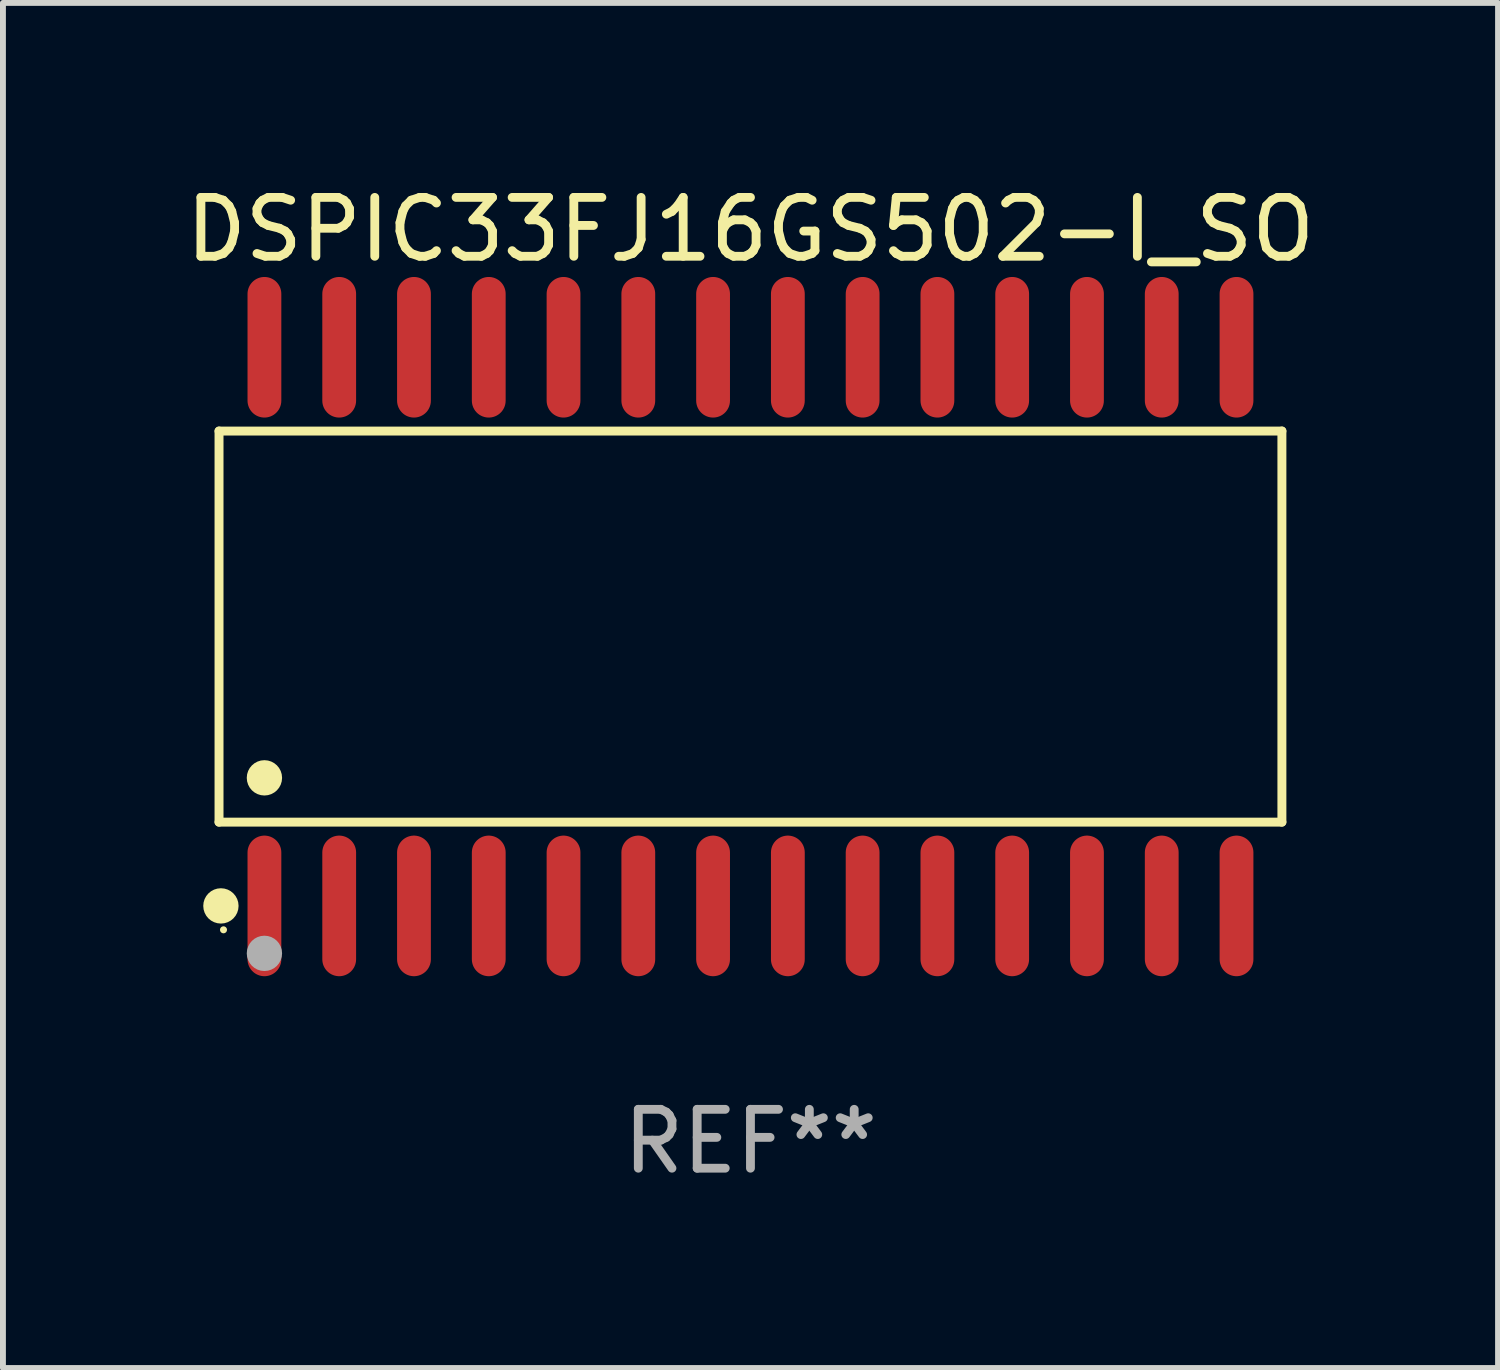
<source format=kicad_pcb>
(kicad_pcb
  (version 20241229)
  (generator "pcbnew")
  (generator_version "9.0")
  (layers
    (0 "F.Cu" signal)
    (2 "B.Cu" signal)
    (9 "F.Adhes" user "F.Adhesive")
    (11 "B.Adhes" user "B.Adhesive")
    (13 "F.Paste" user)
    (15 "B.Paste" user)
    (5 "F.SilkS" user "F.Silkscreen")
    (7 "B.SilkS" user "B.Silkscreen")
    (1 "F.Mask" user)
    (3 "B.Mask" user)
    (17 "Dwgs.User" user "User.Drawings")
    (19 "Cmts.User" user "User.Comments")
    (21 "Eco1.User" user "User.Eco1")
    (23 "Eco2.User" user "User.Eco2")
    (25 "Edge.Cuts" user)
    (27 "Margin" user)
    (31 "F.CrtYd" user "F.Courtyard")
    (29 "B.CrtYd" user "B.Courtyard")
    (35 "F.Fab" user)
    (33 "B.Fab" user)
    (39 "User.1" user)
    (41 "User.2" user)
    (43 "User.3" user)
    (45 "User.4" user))
  (footprint "DSPIC33FJ16GS502-I_SO"
    (layer "F.Cu")
    (at 9.696 7.592)
    (property "Reference" "DSPIC33FJ16GS502-I_SO" (at 0 -6.744 0) (layer "F.SilkS") (effects (font (size 1 1) (thickness 0.15))))
    (attr through_hole)
    (fp_line (start -9.026 -3.321) (end 9.026 -3.321) (stroke (width 0.152) (type solid)) (layer "F.SilkS"))
    (fp_line (start -9.026 3.321) (end -9.026 -3.321) (stroke (width 0.152) (type solid)) (layer "F.SilkS"))
    (fp_line (start 9.026 -3.321) (end 9.026 3.321) (stroke (width 0.152) (type solid)) (layer "F.SilkS"))
    (fp_line (start 9.026 3.321) (end -9.026 3.321) (stroke (width 0.152) (type solid)) (layer "F.SilkS"))
    (fp_circle (center -8.994 4.744) (end -8.844 4.744) (stroke (width 0.3) (type solid)) (fill no) (layer "F.SilkS"))
    (fp_circle (center -8.95 5.15) (end -8.92 5.15) (stroke (width 0.06) (type solid)) (fill no) (layer "F.SilkS"))
    (fp_circle (center -8.255 2.569) (end -8.105 2.569) (stroke (width 0.3) (type solid)) (fill no) (layer "F.SilkS"))
    (fp_circle (center -8.255 5.55) (end -8.105 5.55) (stroke (width 0.3) (type solid)) (fill no) (layer "F.Fab"))
    (fp_text user "REF**" (at 0 8.744 0) (layer "F.Fab") (effects (font (size 1 1) (thickness 0.15))))
    (pad "1" smd oval (at -8.255 4.744) (size 0.574 2.388) (layers "F.Cu" "F.Mask" "F.Paste"))
    (pad "2" smd oval (at -6.985 4.744) (size 0.574 2.388) (layers "F.Cu" "F.Mask" "F.Paste"))
    (pad "3" smd oval (at -5.715 4.744) (size 0.574 2.388) (layers "F.Cu" "F.Mask" "F.Paste"))
    (pad "4" smd oval (at -4.445 4.744) (size 0.574 2.388) (layers "F.Cu" "F.Mask" "F.Paste"))
    (pad "5" smd oval (at -3.175 4.744) (size 0.574 2.388) (layers "F.Cu" "F.Mask" "F.Paste"))
    (pad "6" smd oval (at -1.905 4.744) (size 0.574 2.388) (layers "F.Cu" "F.Mask" "F.Paste"))
    (pad "7" smd oval (at -0.635 4.744) (size 0.574 2.388) (layers "F.Cu" "F.Mask" "F.Paste"))
    (pad "8" smd oval (at 0.635 4.744) (size 0.574 2.388) (layers "F.Cu" "F.Mask" "F.Paste"))
    (pad "9" smd oval (at 1.905 4.744) (size 0.574 2.388) (layers "F.Cu" "F.Mask" "F.Paste"))
    (pad "10" smd oval (at 3.175 4.744) (size 0.574 2.388) (layers "F.Cu" "F.Mask" "F.Paste"))
    (pad "11" smd oval (at 4.445 4.744) (size 0.574 2.388) (layers "F.Cu" "F.Mask" "F.Paste"))
    (pad "12" smd oval (at 5.715 4.744) (size 0.574 2.388) (layers "F.Cu" "F.Mask" "F.Paste"))
    (pad "13" smd oval (at 6.985 4.744) (size 0.574 2.388) (layers "F.Cu" "F.Mask" "F.Paste"))
    (pad "14" smd oval (at 8.255 4.744) (size 0.574 2.388) (layers "F.Cu" "F.Mask" "F.Paste"))
    (pad "15" smd oval (at 8.255 -4.744) (size 0.574 2.388) (layers "F.Cu" "F.Mask" "F.Paste"))
    (pad "16" smd oval (at 6.985 -4.744) (size 0.574 2.388) (layers "F.Cu" "F.Mask" "F.Paste"))
    (pad "17" smd oval (at 5.715 -4.744) (size 0.574 2.388) (layers "F.Cu" "F.Mask" "F.Paste"))
    (pad "18" smd oval (at 4.445 -4.744) (size 0.574 2.388) (layers "F.Cu" "F.Mask" "F.Paste"))
    (pad "19" smd oval (at 3.175 -4.744) (size 0.574 2.388) (layers "F.Cu" "F.Mask" "F.Paste"))
    (pad "20" smd oval (at 1.905 -4.744) (size 0.574 2.388) (layers "F.Cu" "F.Mask" "F.Paste"))
    (pad "21" smd oval (at 0.635 -4.744) (size 0.574 2.388) (layers "F.Cu" "F.Mask" "F.Paste"))
    (pad "22" smd oval (at -0.635 -4.744) (size 0.574 2.388) (layers "F.Cu" "F.Mask" "F.Paste"))
    (pad "23" smd oval (at -1.905 -4.744) (size 0.574 2.388) (layers "F.Cu" "F.Mask" "F.Paste"))
    (pad "24" smd oval (at -3.175 -4.744) (size 0.574 2.388) (layers "F.Cu" "F.Mask" "F.Paste"))
    (pad "25" smd oval (at -4.445 -4.744) (size 0.574 2.388) (layers "F.Cu" "F.Mask" "F.Paste"))
    (pad "26" smd oval (at -5.715 -4.744) (size 0.574 2.388) (layers "F.Cu" "F.Mask" "F.Paste"))
    (pad "27" smd oval (at -6.985 -4.744) (size 0.574 2.388) (layers "F.Cu" "F.Mask" "F.Paste"))
    (pad "28" smd oval (at -8.255 -4.744) (size 0.574 2.388) (layers "F.Cu" "F.Mask" "F.Paste")))
  (gr_rect
    (start -3 -3)
    (end 22.393 20.184)
    (stroke (width 0.1) (type default))
    (fill no)
    (layer "Edge.Cuts")))
</source>
